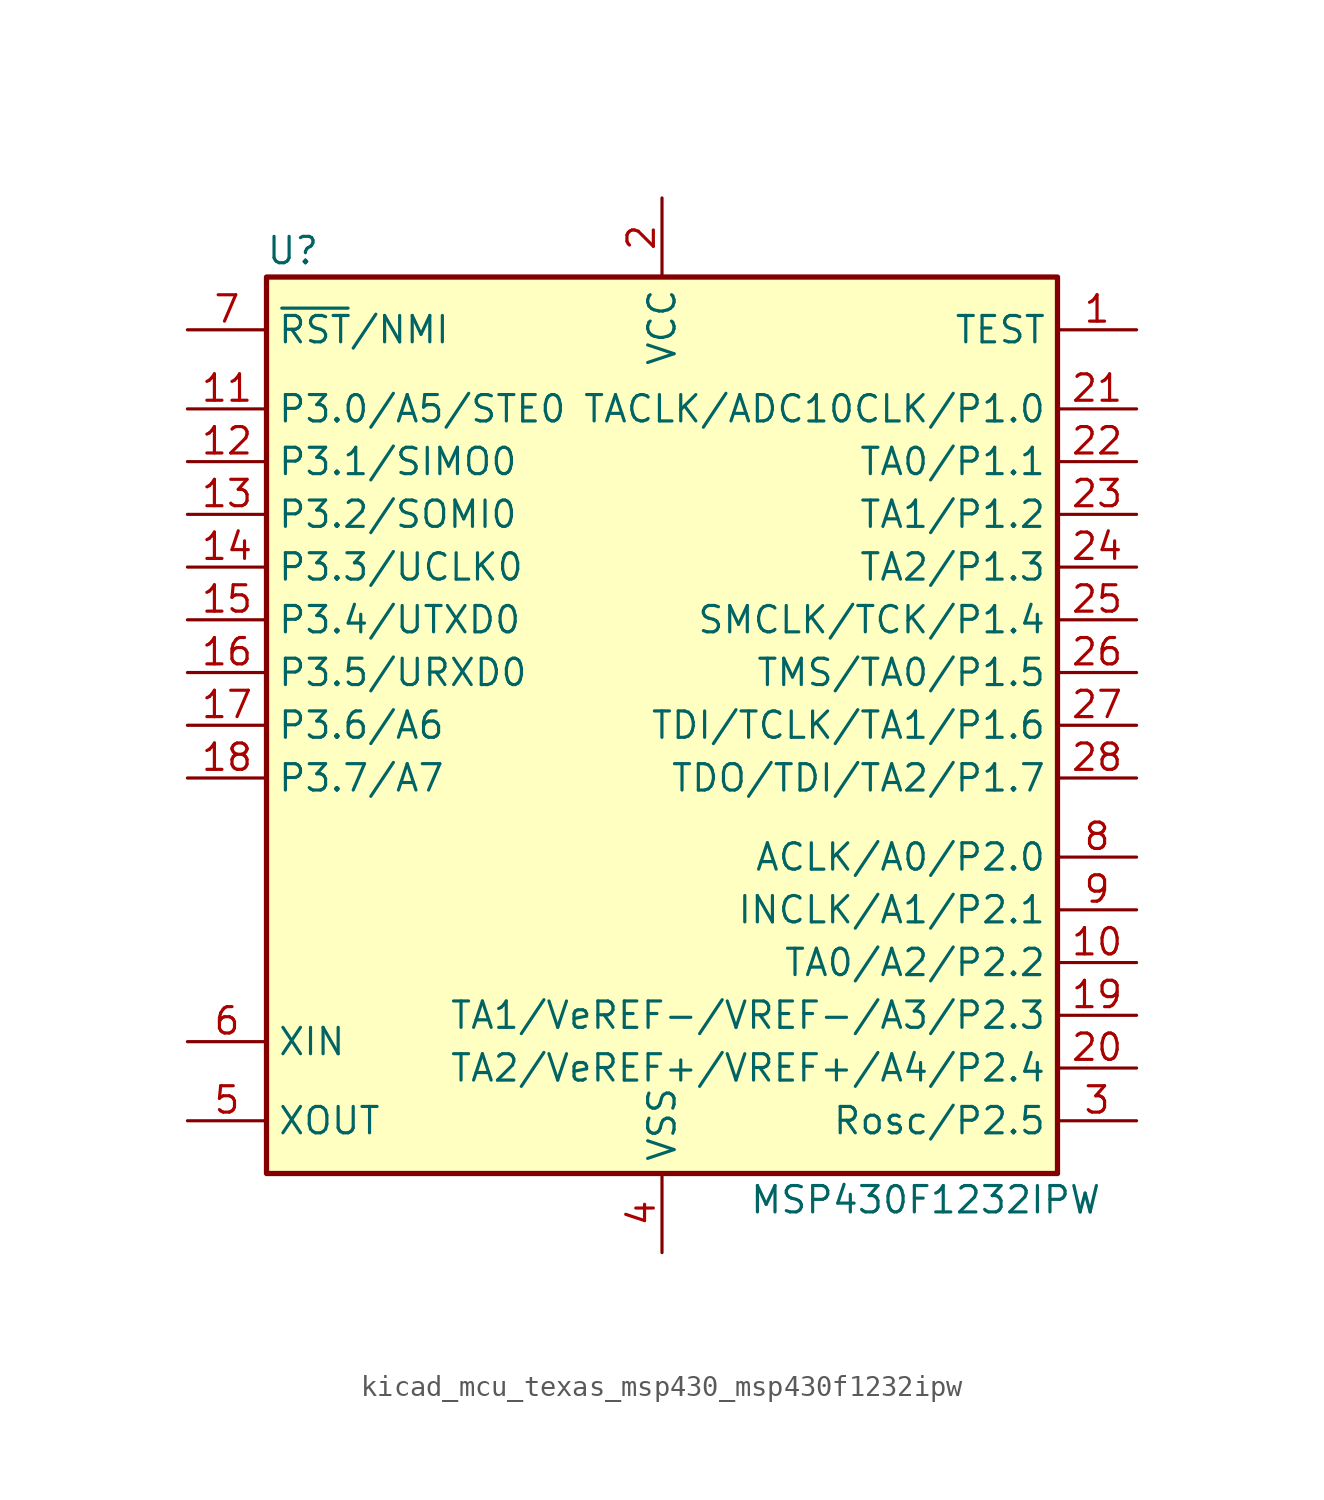
<source format=kicad_sym>
(kicad_symbol_lib
  (version 20220914)
  (generator kicad_symbol_editor)
  (symbol "kicad_mcu_texas_msp430_msp430f1232ipw"
    (property "Reference" "U"
      (at -17.78 22.86 0)
      (effects (font (size 1.27 1.27))))
    (property "Value" "MSP430F1232IPW"
      (at 12.7 -22.86 0)
      (effects (font (size 1.27 1.27))))
    (symbol "kicad_mcu_texas_msp430_msp430f1232ipw_0_1"
      (rectangle (start -19.05 21.59) (end 19.05 -21.59) (stroke (width 0.254) (type default)) (fill (type background))))
    (symbol "kicad_mcu_texas_msp430_msp430f1232ipw_1_1"
      (pin input line (at 22.86 19.05 180) (length 3.81) (name "TEST" (effects (font (size 1.27 1.27)))) (number "1" (effects (font (size 1.27 1.27)))))
      (pin bidirectional line (at 22.86 -11.43 180) (length 3.81) (name "TA0/A2/P2.2" (effects (font (size 1.27 1.27)))) (number "10" (effects (font (size 1.27 1.27)))))
      (pin bidirectional line (at -22.86 15.24 0) (length 3.81) (name "P3.0/A5/STE0" (effects (font (size 1.27 1.27)))) (number "11" (effects (font (size 1.27 1.27)))))
      (pin bidirectional line (at -22.86 12.7 0) (length 3.81) (name "P3.1/SIMO0" (effects (font (size 1.27 1.27)))) (number "12" (effects (font (size 1.27 1.27)))))
      (pin bidirectional line (at -22.86 10.16 0) (length 3.81) (name "P3.2/SOMI0" (effects (font (size 1.27 1.27)))) (number "13" (effects (font (size 1.27 1.27)))))
      (pin bidirectional line (at -22.86 7.62 0) (length 3.81) (name "P3.3/UCLK0" (effects (font (size 1.27 1.27)))) (number "14" (effects (font (size 1.27 1.27)))))
      (pin bidirectional line (at -22.86 5.08 0) (length 3.81) (name "P3.4/UTXD0" (effects (font (size 1.27 1.27)))) (number "15" (effects (font (size 1.27 1.27)))))
      (pin bidirectional line (at -22.86 2.54 0) (length 3.81) (name "P3.5/URXD0" (effects (font (size 1.27 1.27)))) (number "16" (effects (font (size 1.27 1.27)))))
      (pin bidirectional line (at -22.86 0 0) (length 3.81) (name "P3.6/A6" (effects (font (size 1.27 1.27)))) (number "17" (effects (font (size 1.27 1.27)))))
      (pin bidirectional line (at -22.86 -2.54 0) (length 3.81) (name "P3.7/A7" (effects (font (size 1.27 1.27)))) (number "18" (effects (font (size 1.27 1.27)))))
      (pin bidirectional line (at 22.86 -13.97 180) (length 3.81) (name "TA1/VeREF-/VREF-/A3/P2.3" (effects (font (size 1.27 1.27)))) (number "19" (effects (font (size 1.27 1.27)))))
      (pin power_in line (at 0 25.4 270) (length 3.81) (name "VCC" (effects (font (size 1.27 1.27)))) (number "2" (effects (font (size 1.27 1.27)))))
      (pin bidirectional line (at 22.86 -16.51 180) (length 3.81) (name "TA2/VeREF+/VREF+/A4/P2.4" (effects (font (size 1.27 1.27)))) (number "20" (effects (font (size 1.27 1.27)))))
      (pin bidirectional line (at 22.86 15.24 180) (length 3.81) (name "TACLK/ADC10CLK/P1.0" (effects (font (size 1.27 1.27)))) (number "21" (effects (font (size 1.27 1.27)))))
      (pin bidirectional line (at 22.86 12.7 180) (length 3.81) (name "TA0/P1.1" (effects (font (size 1.27 1.27)))) (number "22" (effects (font (size 1.27 1.27)))))
      (pin bidirectional line (at 22.86 10.16 180) (length 3.81) (name "TA1/P1.2" (effects (font (size 1.27 1.27)))) (number "23" (effects (font (size 1.27 1.27)))))
      (pin bidirectional line (at 22.86 7.62 180) (length 3.81) (name "TA2/P1.3" (effects (font (size 1.27 1.27)))) (number "24" (effects (font (size 1.27 1.27)))))
      (pin bidirectional line (at 22.86 5.08 180) (length 3.81) (name "SMCLK/TCK/P1.4" (effects (font (size 1.27 1.27)))) (number "25" (effects (font (size 1.27 1.27)))))
      (pin bidirectional line (at 22.86 2.54 180) (length 3.81) (name "TMS/TA0/P1.5" (effects (font (size 1.27 1.27)))) (number "26" (effects (font (size 1.27 1.27)))))
      (pin bidirectional line (at 22.86 0 180) (length 3.81) (name "TDI/TCLK/TA1/P1.6" (effects (font (size 1.27 1.27)))) (number "27" (effects (font (size 1.27 1.27)))))
      (pin bidirectional line (at 22.86 -2.54 180) (length 3.81) (name "TDO/TDI/TA2/P1.7" (effects (font (size 1.27 1.27)))) (number "28" (effects (font (size 1.27 1.27)))))
      (pin bidirectional line (at 22.86 -19.05 180) (length 3.81) (name "Rosc/P2.5" (effects (font (size 1.27 1.27)))) (number "3" (effects (font (size 1.27 1.27)))))
      (pin power_in line (at 0 -25.4 90) (length 3.81) (name "VSS" (effects (font (size 1.27 1.27)))) (number "4" (effects (font (size 1.27 1.27)))))
      (pin output line (at -22.86 -19.05 0) (length 3.81) (name "XOUT" (effects (font (size 1.27 1.27)))) (number "5" (effects (font (size 1.27 1.27)))))
      (pin input line (at -22.86 -15.24 0) (length 3.81) (name "XIN" (effects (font (size 1.27 1.27)))) (number "6" (effects (font (size 1.27 1.27)))))
      (pin input line (at -22.86 19.05 0) (length 3.81) (name "~{RST}/NMI" (effects (font (size 1.27 1.27)))) (number "7" (effects (font (size 1.27 1.27)))))
      (pin bidirectional line (at 22.86 -6.35 180) (length 3.81) (name "ACLK/A0/P2.0" (effects (font (size 1.27 1.27)))) (number "8" (effects (font (size 1.27 1.27)))))
      (pin bidirectional line (at 22.86 -8.89 180) (length 3.81) (name "INCLK/A1/P2.1" (effects (font (size 1.27 1.27)))) (number "9" (effects (font (size 1.27 1.27))))))))
</source>
